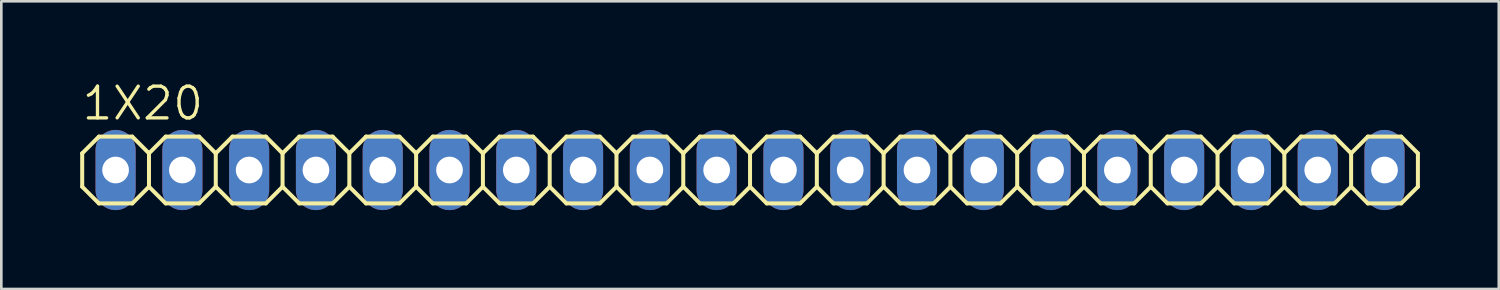
<source format=kicad_pcb>
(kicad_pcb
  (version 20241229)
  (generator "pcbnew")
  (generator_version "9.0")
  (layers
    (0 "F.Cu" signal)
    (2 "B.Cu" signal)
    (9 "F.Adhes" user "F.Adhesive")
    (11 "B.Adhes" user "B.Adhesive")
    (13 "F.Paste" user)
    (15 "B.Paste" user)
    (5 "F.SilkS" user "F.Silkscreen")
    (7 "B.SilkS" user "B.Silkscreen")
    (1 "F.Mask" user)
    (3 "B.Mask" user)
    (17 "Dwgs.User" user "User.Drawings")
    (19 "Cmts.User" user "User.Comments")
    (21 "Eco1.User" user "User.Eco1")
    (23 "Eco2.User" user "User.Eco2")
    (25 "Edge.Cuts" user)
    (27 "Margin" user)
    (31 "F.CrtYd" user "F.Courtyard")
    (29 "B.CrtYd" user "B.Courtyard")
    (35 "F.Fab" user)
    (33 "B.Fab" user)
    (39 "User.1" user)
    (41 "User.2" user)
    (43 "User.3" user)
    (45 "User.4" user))
  (footprint "1X20"
    (layer "F.Cu")
    (at 25.476 3.416)
    (property "Reference" "1X20" (at -25.476 -1.829 0) (layer "F.SilkS") (effects (font (size 1.206 1.206) (thickness 0.127)) (justify left bottom)))
    (attr through_hole)
    (fp_line (start -25.4 -0.635) (end -25.4 0.635) (stroke (width 0.152) (type solid)) (layer "F.SilkS"))
    (fp_line (start -25.4 0.635) (end -24.765 1.27) (stroke (width 0.152) (type solid)) (layer "F.SilkS"))
    (fp_line (start -24.765 -1.27) (end -25.4 -0.635) (stroke (width 0.152) (type solid)) (layer "F.SilkS"))
    (fp_line (start -24.765 -1.27) (end -23.495 -1.27) (stroke (width 0.152) (type solid)) (layer "F.SilkS"))
    (fp_line (start -23.495 -1.27) (end -22.86 -0.635) (stroke (width 0.152) (type solid)) (layer "F.SilkS"))
    (fp_line (start -23.495 1.27) (end -24.765 1.27) (stroke (width 0.152) (type solid)) (layer "F.SilkS"))
    (fp_line (start -22.86 -0.635) (end -22.86 0.635) (stroke (width 0.152) (type solid)) (layer "F.SilkS"))
    (fp_line (start -22.86 -0.635) (end -22.225 -1.27) (stroke (width 0.152) (type solid)) (layer "F.SilkS"))
    (fp_line (start -22.86 0.635) (end -23.495 1.27) (stroke (width 0.152) (type solid)) (layer "F.SilkS"))
    (fp_line (start -22.225 -1.27) (end -20.955 -1.27) (stroke (width 0.152) (type solid)) (layer "F.SilkS"))
    (fp_line (start -22.225 1.27) (end -22.86 0.635) (stroke (width 0.152) (type solid)) (layer "F.SilkS"))
    (fp_line (start -20.955 -1.27) (end -20.32 -0.635) (stroke (width 0.152) (type solid)) (layer "F.SilkS"))
    (fp_line (start -20.955 1.27) (end -22.225 1.27) (stroke (width 0.152) (type solid)) (layer "F.SilkS"))
    (fp_line (start -20.32 -0.635) (end -20.32 0.635) (stroke (width 0.152) (type solid)) (layer "F.SilkS"))
    (fp_line (start -20.32 -0.635) (end -19.685 -1.27) (stroke (width 0.152) (type solid)) (layer "F.SilkS"))
    (fp_line (start -20.32 0.635) (end -20.955 1.27) (stroke (width 0.152) (type solid)) (layer "F.SilkS"))
    (fp_line (start -19.685 -1.27) (end -18.415 -1.27) (stroke (width 0.152) (type solid)) (layer "F.SilkS"))
    (fp_line (start -19.685 1.27) (end -20.32 0.635) (stroke (width 0.152) (type solid)) (layer "F.SilkS"))
    (fp_line (start -18.415 -1.27) (end -17.78 -0.635) (stroke (width 0.152) (type solid)) (layer "F.SilkS"))
    (fp_line (start -18.415 1.27) (end -19.685 1.27) (stroke (width 0.152) (type solid)) (layer "F.SilkS"))
    (fp_line (start -17.78 -0.635) (end -17.78 0.635) (stroke (width 0.152) (type solid)) (layer "F.SilkS"))
    (fp_line (start -17.78 0.635) (end -18.415 1.27) (stroke (width 0.152) (type solid)) (layer "F.SilkS"))
    (fp_line (start -17.78 0.635) (end -17.145 1.27) (stroke (width 0.152) (type solid)) (layer "F.SilkS"))
    (fp_line (start -17.145 -1.27) (end -17.78 -0.635) (stroke (width 0.152) (type solid)) (layer "F.SilkS"))
    (fp_line (start -17.145 -1.27) (end -15.875 -1.27) (stroke (width 0.152) (type solid)) (layer "F.SilkS"))
    (fp_line (start -15.875 -1.27) (end -15.24 -0.635) (stroke (width 0.152) (type solid)) (layer "F.SilkS"))
    (fp_line (start -15.875 1.27) (end -17.145 1.27) (stroke (width 0.152) (type solid)) (layer "F.SilkS"))
    (fp_line (start -15.24 -0.635) (end -15.24 0.635) (stroke (width 0.152) (type solid)) (layer "F.SilkS"))
    (fp_line (start -15.24 -0.635) (end -14.605 -1.27) (stroke (width 0.152) (type solid)) (layer "F.SilkS"))
    (fp_line (start -15.24 0.635) (end -15.875 1.27) (stroke (width 0.152) (type solid)) (layer "F.SilkS"))
    (fp_line (start -14.605 -1.27) (end -13.335 -1.27) (stroke (width 0.152) (type solid)) (layer "F.SilkS"))
    (fp_line (start -14.605 1.27) (end -15.24 0.635) (stroke (width 0.152) (type solid)) (layer "F.SilkS"))
    (fp_line (start -13.335 -1.27) (end -12.7 -0.635) (stroke (width 0.152) (type solid)) (layer "F.SilkS"))
    (fp_line (start -13.335 1.27) (end -14.605 1.27) (stroke (width 0.152) (type solid)) (layer "F.SilkS"))
    (fp_line (start -12.7 -0.635) (end -12.7 0.635) (stroke (width 0.152) (type solid)) (layer "F.SilkS"))
    (fp_line (start -12.7 -0.635) (end -12.065 -1.27) (stroke (width 0.152) (type solid)) (layer "F.SilkS"))
    (fp_line (start -12.7 0.635) (end -13.335 1.27) (stroke (width 0.152) (type solid)) (layer "F.SilkS"))
    (fp_line (start -12.065 -1.27) (end -10.795 -1.27) (stroke (width 0.152) (type solid)) (layer "F.SilkS"))
    (fp_line (start -12.065 1.27) (end -12.7 0.635) (stroke (width 0.152) (type solid)) (layer "F.SilkS"))
    (fp_line (start -10.795 -1.27) (end -10.16 -0.635) (stroke (width 0.152) (type solid)) (layer "F.SilkS"))
    (fp_line (start -10.795 1.27) (end -12.065 1.27) (stroke (width 0.152) (type solid)) (layer "F.SilkS"))
    (fp_line (start -10.16 -0.635) (end -10.16 0.635) (stroke (width 0.152) (type solid)) (layer "F.SilkS"))
    (fp_line (start -10.16 0.635) (end -10.795 1.27) (stroke (width 0.152) (type solid)) (layer "F.SilkS"))
    (fp_line (start -10.16 0.635) (end -9.525 1.27) (stroke (width 0.152) (type solid)) (layer "F.SilkS"))
    (fp_line (start -9.525 -1.27) (end -10.16 -0.635) (stroke (width 0.152) (type solid)) (layer "F.SilkS"))
    (fp_line (start -9.525 -1.27) (end -8.255 -1.27) (stroke (width 0.152) (type solid)) (layer "F.SilkS"))
    (fp_line (start -8.255 -1.27) (end -7.62 -0.635) (stroke (width 0.152) (type solid)) (layer "F.SilkS"))
    (fp_line (start -8.255 1.27) (end -9.525 1.27) (stroke (width 0.152) (type solid)) (layer "F.SilkS"))
    (fp_line (start -7.62 -0.635) (end -7.62 0.635) (stroke (width 0.152) (type solid)) (layer "F.SilkS"))
    (fp_line (start -7.62 -0.635) (end -6.985 -1.27) (stroke (width 0.152) (type solid)) (layer "F.SilkS"))
    (fp_line (start -7.62 0.635) (end -8.255 1.27) (stroke (width 0.152) (type solid)) (layer "F.SilkS"))
    (fp_line (start -6.985 -1.27) (end -5.715 -1.27) (stroke (width 0.152) (type solid)) (layer "F.SilkS"))
    (fp_line (start -6.985 1.27) (end -7.62 0.635) (stroke (width 0.152) (type solid)) (layer "F.SilkS"))
    (fp_line (start -5.715 -1.27) (end -5.08 -0.635) (stroke (width 0.152) (type solid)) (layer "F.SilkS"))
    (fp_line (start -5.715 1.27) (end -6.985 1.27) (stroke (width 0.152) (type solid)) (layer "F.SilkS"))
    (fp_line (start -5.08 -0.635) (end -5.08 0.635) (stroke (width 0.152) (type solid)) (layer "F.SilkS"))
    (fp_line (start -5.08 -0.635) (end -4.445 -1.27) (stroke (width 0.152) (type solid)) (layer "F.SilkS"))
    (fp_line (start -5.08 0.635) (end -5.715 1.27) (stroke (width 0.152) (type solid)) (layer "F.SilkS"))
    (fp_line (start -4.445 -1.27) (end -3.175 -1.27) (stroke (width 0.152) (type solid)) (layer "F.SilkS"))
    (fp_line (start -4.445 1.27) (end -5.08 0.635) (stroke (width 0.152) (type solid)) (layer "F.SilkS"))
    (fp_line (start -3.175 -1.27) (end -2.54 -0.635) (stroke (width 0.152) (type solid)) (layer "F.SilkS"))
    (fp_line (start -3.175 1.27) (end -4.445 1.27) (stroke (width 0.152) (type solid)) (layer "F.SilkS"))
    (fp_line (start -2.54 -0.635) (end -2.54 0.635) (stroke (width 0.152) (type solid)) (layer "F.SilkS"))
    (fp_line (start -2.54 0.635) (end -3.175 1.27) (stroke (width 0.152) (type solid)) (layer "F.SilkS"))
    (fp_line (start -2.54 0.635) (end -1.905 1.27) (stroke (width 0.152) (type solid)) (layer "F.SilkS"))
    (fp_line (start -1.905 -1.27) (end -2.54 -0.635) (stroke (width 0.152) (type solid)) (layer "F.SilkS"))
    (fp_line (start -1.905 -1.27) (end -0.635 -1.27) (stroke (width 0.152) (type solid)) (layer "F.SilkS"))
    (fp_line (start -0.635 -1.27) (end 0 -0.635) (stroke (width 0.152) (type solid)) (layer "F.SilkS"))
    (fp_line (start -0.635 1.27) (end -1.905 1.27) (stroke (width 0.152) (type solid)) (layer "F.SilkS"))
    (fp_line (start 0 -0.635) (end 0 0.635) (stroke (width 0.152) (type solid)) (layer "F.SilkS"))
    (fp_line (start 0 -0.635) (end 0.635 -1.27) (stroke (width 0.152) (type solid)) (layer "F.SilkS"))
    (fp_line (start 0 0.635) (end -0.635 1.27) (stroke (width 0.152) (type solid)) (layer "F.SilkS"))
    (fp_line (start 0.635 -1.27) (end 1.905 -1.27) (stroke (width 0.152) (type solid)) (layer "F.SilkS"))
    (fp_line (start 0.635 1.27) (end 0 0.635) (stroke (width 0.152) (type solid)) (layer "F.SilkS"))
    (fp_line (start 1.905 -1.27) (end 2.54 -0.635) (stroke (width 0.152) (type solid)) (layer "F.SilkS"))
    (fp_line (start 1.905 1.27) (end 0.635 1.27) (stroke (width 0.152) (type solid)) (layer "F.SilkS"))
    (fp_line (start 2.54 -0.635) (end 2.54 0.635) (stroke (width 0.152) (type solid)) (layer "F.SilkS"))
    (fp_line (start 2.54 -0.635) (end 3.175 -1.27) (stroke (width 0.152) (type solid)) (layer "F.SilkS"))
    (fp_line (start 2.54 0.635) (end 1.905 1.27) (stroke (width 0.152) (type solid)) (layer "F.SilkS"))
    (fp_line (start 3.175 -1.27) (end 4.445 -1.27) (stroke (width 0.152) (type solid)) (layer "F.SilkS"))
    (fp_line (start 3.175 1.27) (end 2.54 0.635) (stroke (width 0.152) (type solid)) (layer "F.SilkS"))
    (fp_line (start 4.445 -1.27) (end 5.08 -0.635) (stroke (width 0.152) (type solid)) (layer "F.SilkS"))
    (fp_line (start 4.445 1.27) (end 3.175 1.27) (stroke (width 0.152) (type solid)) (layer "F.SilkS"))
    (fp_line (start 5.08 -0.635) (end 5.08 0.635) (stroke (width 0.152) (type solid)) (layer "F.SilkS"))
    (fp_line (start 5.08 0.635) (end 4.445 1.27) (stroke (width 0.152) (type solid)) (layer "F.SilkS"))
    (fp_line (start 5.08 0.635) (end 5.715 1.27) (stroke (width 0.152) (type solid)) (layer "F.SilkS"))
    (fp_line (start 5.715 -1.27) (end 5.08 -0.635) (stroke (width 0.152) (type solid)) (layer "F.SilkS"))
    (fp_line (start 5.715 -1.27) (end 6.985 -1.27) (stroke (width 0.152) (type solid)) (layer "F.SilkS"))
    (fp_line (start 6.985 -1.27) (end 7.62 -0.635) (stroke (width 0.152) (type solid)) (layer "F.SilkS"))
    (fp_line (start 6.985 1.27) (end 5.715 1.27) (stroke (width 0.152) (type solid)) (layer "F.SilkS"))
    (fp_line (start 7.62 -0.635) (end 7.62 0.635) (stroke (width 0.152) (type solid)) (layer "F.SilkS"))
    (fp_line (start 7.62 -0.635) (end 8.255 -1.27) (stroke (width 0.152) (type solid)) (layer "F.SilkS"))
    (fp_line (start 7.62 0.635) (end 6.985 1.27) (stroke (width 0.152) (type solid)) (layer "F.SilkS"))
    (fp_line (start 8.255 -1.27) (end 9.525 -1.27) (stroke (width 0.152) (type solid)) (layer "F.SilkS"))
    (fp_line (start 8.255 1.27) (end 7.62 0.635) (stroke (width 0.152) (type solid)) (layer "F.SilkS"))
    (fp_line (start 9.525 -1.27) (end 10.16 -0.635) (stroke (width 0.152) (type solid)) (layer "F.SilkS"))
    (fp_line (start 9.525 1.27) (end 8.255 1.27) (stroke (width 0.152) (type solid)) (layer "F.SilkS"))
    (fp_line (start 10.16 -0.635) (end 10.16 0.635) (stroke (width 0.152) (type solid)) (layer "F.SilkS"))
    (fp_line (start 10.16 -0.635) (end 10.795 -1.27) (stroke (width 0.152) (type solid)) (layer "F.SilkS"))
    (fp_line (start 10.16 0.635) (end 9.525 1.27) (stroke (width 0.152) (type solid)) (layer "F.SilkS"))
    (fp_line (start 10.795 -1.27) (end 12.065 -1.27) (stroke (width 0.152) (type solid)) (layer "F.SilkS"))
    (fp_line (start 10.795 1.27) (end 10.16 0.635) (stroke (width 0.152) (type solid)) (layer "F.SilkS"))
    (fp_line (start 12.065 -1.27) (end 12.7 -0.635) (stroke (width 0.152) (type solid)) (layer "F.SilkS"))
    (fp_line (start 12.065 1.27) (end 10.795 1.27) (stroke (width 0.152) (type solid)) (layer "F.SilkS"))
    (fp_line (start 12.7 -0.635) (end 12.7 0.635) (stroke (width 0.152) (type solid)) (layer "F.SilkS"))
    (fp_line (start 12.7 0.635) (end 12.065 1.27) (stroke (width 0.152) (type solid)) (layer "F.SilkS"))
    (fp_line (start 12.7 0.635) (end 13.335 1.27) (stroke (width 0.152) (type solid)) (layer "F.SilkS"))
    (fp_line (start 13.335 -1.27) (end 12.7 -0.635) (stroke (width 0.152) (type solid)) (layer "F.SilkS"))
    (fp_line (start 13.335 -1.27) (end 14.605 -1.27) (stroke (width 0.152) (type solid)) (layer "F.SilkS"))
    (fp_line (start 14.605 -1.27) (end 15.24 -0.635) (stroke (width 0.152) (type solid)) (layer "F.SilkS"))
    (fp_line (start 14.605 1.27) (end 13.335 1.27) (stroke (width 0.152) (type solid)) (layer "F.SilkS"))
    (fp_line (start 15.24 -0.635) (end 15.24 0.635) (stroke (width 0.152) (type solid)) (layer "F.SilkS"))
    (fp_line (start 15.24 -0.635) (end 15.875 -1.27) (stroke (width 0.152) (type solid)) (layer "F.SilkS"))
    (fp_line (start 15.24 0.635) (end 14.605 1.27) (stroke (width 0.152) (type solid)) (layer "F.SilkS"))
    (fp_line (start 15.875 -1.27) (end 17.145 -1.27) (stroke (width 0.152) (type solid)) (layer "F.SilkS"))
    (fp_line (start 15.875 1.27) (end 15.24 0.635) (stroke (width 0.152) (type solid)) (layer "F.SilkS"))
    (fp_line (start 17.145 -1.27) (end 17.78 -0.635) (stroke (width 0.152) (type solid)) (layer "F.SilkS"))
    (fp_line (start 17.145 1.27) (end 15.875 1.27) (stroke (width 0.152) (type solid)) (layer "F.SilkS"))
    (fp_line (start 17.78 -0.635) (end 17.78 0.635) (stroke (width 0.152) (type solid)) (layer "F.SilkS"))
    (fp_line (start 17.78 -0.635) (end 18.415 -1.27) (stroke (width 0.152) (type solid)) (layer "F.SilkS"))
    (fp_line (start 17.78 0.635) (end 17.145 1.27) (stroke (width 0.152) (type solid)) (layer "F.SilkS"))
    (fp_line (start 18.415 -1.27) (end 19.685 -1.27) (stroke (width 0.152) (type solid)) (layer "F.SilkS"))
    (fp_line (start 18.415 1.27) (end 17.78 0.635) (stroke (width 0.152) (type solid)) (layer "F.SilkS"))
    (fp_line (start 19.685 -1.27) (end 20.32 -0.635) (stroke (width 0.152) (type solid)) (layer "F.SilkS"))
    (fp_line (start 19.685 1.27) (end 18.415 1.27) (stroke (width 0.152) (type solid)) (layer "F.SilkS"))
    (fp_line (start 20.32 -0.635) (end 20.32 0.635) (stroke (width 0.152) (type solid)) (layer "F.SilkS"))
    (fp_line (start 20.32 0.635) (end 19.685 1.27) (stroke (width 0.152) (type solid)) (layer "F.SilkS"))
    (fp_line (start 20.32 0.635) (end 20.955 1.27) (stroke (width 0.152) (type solid)) (layer "F.SilkS"))
    (fp_line (start 20.955 -1.27) (end 20.32 -0.635) (stroke (width 0.152) (type solid)) (layer "F.SilkS"))
    (fp_line (start 20.955 -1.27) (end 22.225 -1.27) (stroke (width 0.152) (type solid)) (layer "F.SilkS"))
    (fp_line (start 22.225 -1.27) (end 22.86 -0.635) (stroke (width 0.152) (type solid)) (layer "F.SilkS"))
    (fp_line (start 22.225 1.27) (end 20.955 1.27) (stroke (width 0.152) (type solid)) (layer "F.SilkS"))
    (fp_line (start 22.86 -0.635) (end 22.86 0.635) (stroke (width 0.152) (type solid)) (layer "F.SilkS"))
    (fp_line (start 22.86 0.635) (end 22.225 1.27) (stroke (width 0.152) (type solid)) (layer "F.SilkS"))
    (fp_line (start 22.86 0.635) (end 23.495 1.27) (stroke (width 0.152) (type solid)) (layer "F.SilkS"))
    (fp_line (start 23.495 -1.27) (end 22.86 -0.635) (stroke (width 0.152) (type solid)) (layer "F.SilkS"))
    (fp_line (start 23.495 -1.27) (end 24.765 -1.27) (stroke (width 0.152) (type solid)) (layer "F.SilkS"))
    (fp_line (start 24.765 -1.27) (end 25.4 -0.635) (stroke (width 0.152) (type solid)) (layer "F.SilkS"))
    (fp_line (start 24.765 1.27) (end 23.495 1.27) (stroke (width 0.152) (type solid)) (layer "F.SilkS"))
    (fp_line (start 25.4 -0.635) (end 25.4 0.635) (stroke (width 0.152) (type solid)) (layer "F.SilkS"))
    (fp_line (start 25.4 0.635) (end 24.765 1.27) (stroke (width 0.152) (type solid)) (layer "F.SilkS"))
    (fp_poly (pts (xy -24.384 0.254) (xy -23.876 0.254) (xy -23.876 -0.254) (xy -24.384 -0.254)) (stroke (width 0.1) (type solid)) (fill no) (layer "F.Fab"))
    (fp_poly (pts (xy -21.844 0.254) (xy -21.336 0.254) (xy -21.336 -0.254) (xy -21.844 -0.254)) (stroke (width 0.1) (type solid)) (fill no) (layer "F.Fab"))
    (fp_poly (pts (xy -19.304 0.254) (xy -18.796 0.254) (xy -18.796 -0.254) (xy -19.304 -0.254)) (stroke (width 0.1) (type solid)) (fill no) (layer "F.Fab"))
    (fp_poly (pts (xy -16.764 0.254) (xy -16.256 0.254) (xy -16.256 -0.254) (xy -16.764 -0.254)) (stroke (width 0.1) (type solid)) (fill no) (layer "F.Fab"))
    (fp_poly (pts (xy -14.224 0.254) (xy -13.716 0.254) (xy -13.716 -0.254) (xy -14.224 -0.254)) (stroke (width 0.1) (type solid)) (fill no) (layer "F.Fab"))
    (fp_poly (pts (xy -11.684 0.254) (xy -11.176 0.254) (xy -11.176 -0.254) (xy -11.684 -0.254)) (stroke (width 0.1) (type solid)) (fill no) (layer "F.Fab"))
    (fp_poly (pts (xy -9.144 0.254) (xy -8.636 0.254) (xy -8.636 -0.254) (xy -9.144 -0.254)) (stroke (width 0.1) (type solid)) (fill no) (layer "F.Fab"))
    (fp_poly (pts (xy -6.604 0.254) (xy -6.096 0.254) (xy -6.096 -0.254) (xy -6.604 -0.254)) (stroke (width 0.1) (type solid)) (fill no) (layer "F.Fab"))
    (fp_poly (pts (xy -4.064 0.254) (xy -3.556 0.254) (xy -3.556 -0.254) (xy -4.064 -0.254)) (stroke (width 0.1) (type solid)) (fill no) (layer "F.Fab"))
    (fp_poly (pts (xy -1.524 0.254) (xy -1.016 0.254) (xy -1.016 -0.254) (xy -1.524 -0.254)) (stroke (width 0.1) (type solid)) (fill no) (layer "F.Fab"))
    (fp_poly (pts (xy 1.016 0.254) (xy 1.524 0.254) (xy 1.524 -0.254) (xy 1.016 -0.254)) (stroke (width 0.1) (type solid)) (fill no) (layer "F.Fab"))
    (fp_poly (pts (xy 3.556 0.254) (xy 4.064 0.254) (xy 4.064 -0.254) (xy 3.556 -0.254)) (stroke (width 0.1) (type solid)) (fill no) (layer "F.Fab"))
    (fp_poly (pts (xy 6.096 0.254) (xy 6.604 0.254) (xy 6.604 -0.254) (xy 6.096 -0.254)) (stroke (width 0.1) (type solid)) (fill no) (layer "F.Fab"))
    (fp_poly (pts (xy 8.636 0.254) (xy 9.144 0.254) (xy 9.144 -0.254) (xy 8.636 -0.254)) (stroke (width 0.1) (type solid)) (fill no) (layer "F.Fab"))
    (fp_poly (pts (xy 11.176 0.254) (xy 11.684 0.254) (xy 11.684 -0.254) (xy 11.176 -0.254)) (stroke (width 0.1) (type solid)) (fill no) (layer "F.Fab"))
    (fp_poly (pts (xy 13.716 0.254) (xy 14.224 0.254) (xy 14.224 -0.254) (xy 13.716 -0.254)) (stroke (width 0.1) (type solid)) (fill no) (layer "F.Fab"))
    (fp_poly (pts (xy 16.256 0.254) (xy 16.764 0.254) (xy 16.764 -0.254) (xy 16.256 -0.254)) (stroke (width 0.1) (type solid)) (fill no) (layer "F.Fab"))
    (fp_poly (pts (xy 18.796 0.254) (xy 19.304 0.254) (xy 19.304 -0.254) (xy 18.796 -0.254)) (stroke (width 0.1) (type solid)) (fill no) (layer "F.Fab"))
    (fp_poly (pts (xy 21.336 0.254) (xy 21.844 0.254) (xy 21.844 -0.254) (xy 21.336 -0.254)) (stroke (width 0.1) (type solid)) (fill no) (layer "F.Fab"))
    (fp_poly (pts (xy 23.876 0.254) (xy 24.384 0.254) (xy 24.384 -0.254) (xy 23.876 -0.254)) (stroke (width 0.1) (type solid)) (fill no) (layer "F.Fab"))
    (pad "1" thru_hole oval (at -24.13 0 90) (size 3.048 1.524) (drill 1.016) (layers "*.Cu" "*.Mask"))
    (pad "2" thru_hole oval (at -21.59 0 90) (size 3.048 1.524) (drill 1.016) (layers "*.Cu" "*.Mask"))
    (pad "3" thru_hole oval (at -19.05 0 90) (size 3.048 1.524) (drill 1.016) (layers "*.Cu" "*.Mask"))
    (pad "4" thru_hole oval (at -16.51 0 90) (size 3.048 1.524) (drill 1.016) (layers "*.Cu" "*.Mask"))
    (pad "5" thru_hole oval (at -13.97 0 90) (size 3.048 1.524) (drill 1.016) (layers "*.Cu" "*.Mask"))
    (pad "6" thru_hole oval (at -11.43 0 90) (size 3.048 1.524) (drill 1.016) (layers "*.Cu" "*.Mask"))
    (pad "7" thru_hole oval (at -8.89 0 90) (size 3.048 1.524) (drill 1.016) (layers "*.Cu" "*.Mask"))
    (pad "8" thru_hole oval (at -6.35 0 90) (size 3.048 1.524) (drill 1.016) (layers "*.Cu" "*.Mask"))
    (pad "9" thru_hole oval (at -3.81 0 90) (size 3.048 1.524) (drill 1.016) (layers "*.Cu" "*.Mask"))
    (pad "10" thru_hole oval (at -1.27 0 90) (size 3.048 1.524) (drill 1.016) (layers "*.Cu" "*.Mask"))
    (pad "11" thru_hole oval (at 1.27 0 90) (size 3.048 1.524) (drill 1.016) (layers "*.Cu" "*.Mask"))
    (pad "12" thru_hole oval (at 3.81 0 90) (size 3.048 1.524) (drill 1.016) (layers "*.Cu" "*.Mask"))
    (pad "13" thru_hole oval (at 6.35 0 90) (size 3.048 1.524) (drill 1.016) (layers "*.Cu" "*.Mask"))
    (pad "14" thru_hole oval (at 8.89 0 90) (size 3.048 1.524) (drill 1.016) (layers "*.Cu" "*.Mask"))
    (pad "15" thru_hole oval (at 11.43 0 90) (size 3.048 1.524) (drill 1.016) (layers "*.Cu" "*.Mask"))
    (pad "16" thru_hole oval (at 13.97 0 90) (size 3.048 1.524) (drill 1.016) (layers "*.Cu" "*.Mask"))
    (pad "17" thru_hole oval (at 16.51 0 90) (size 3.048 1.524) (drill 1.016) (layers "*.Cu" "*.Mask"))
    (pad "18" thru_hole oval (at 19.05 0 90) (size 3.048 1.524) (drill 1.016) (layers "*.Cu" "*.Mask"))
    (pad "19" thru_hole oval (at 21.59 0 90) (size 3.048 1.524) (drill 1.016) (layers "*.Cu" "*.Mask"))
    (pad "20" thru_hole oval (at 24.13 0 90) (size 3.048 1.524) (drill 1.016) (layers "*.Cu" "*.Mask")))
  (gr_rect
    (start -3 -3)
    (end 53.952 7.94)
    (stroke (width 0.1) (type default))
    (fill no)
    (layer "Edge.Cuts")))
</source>
